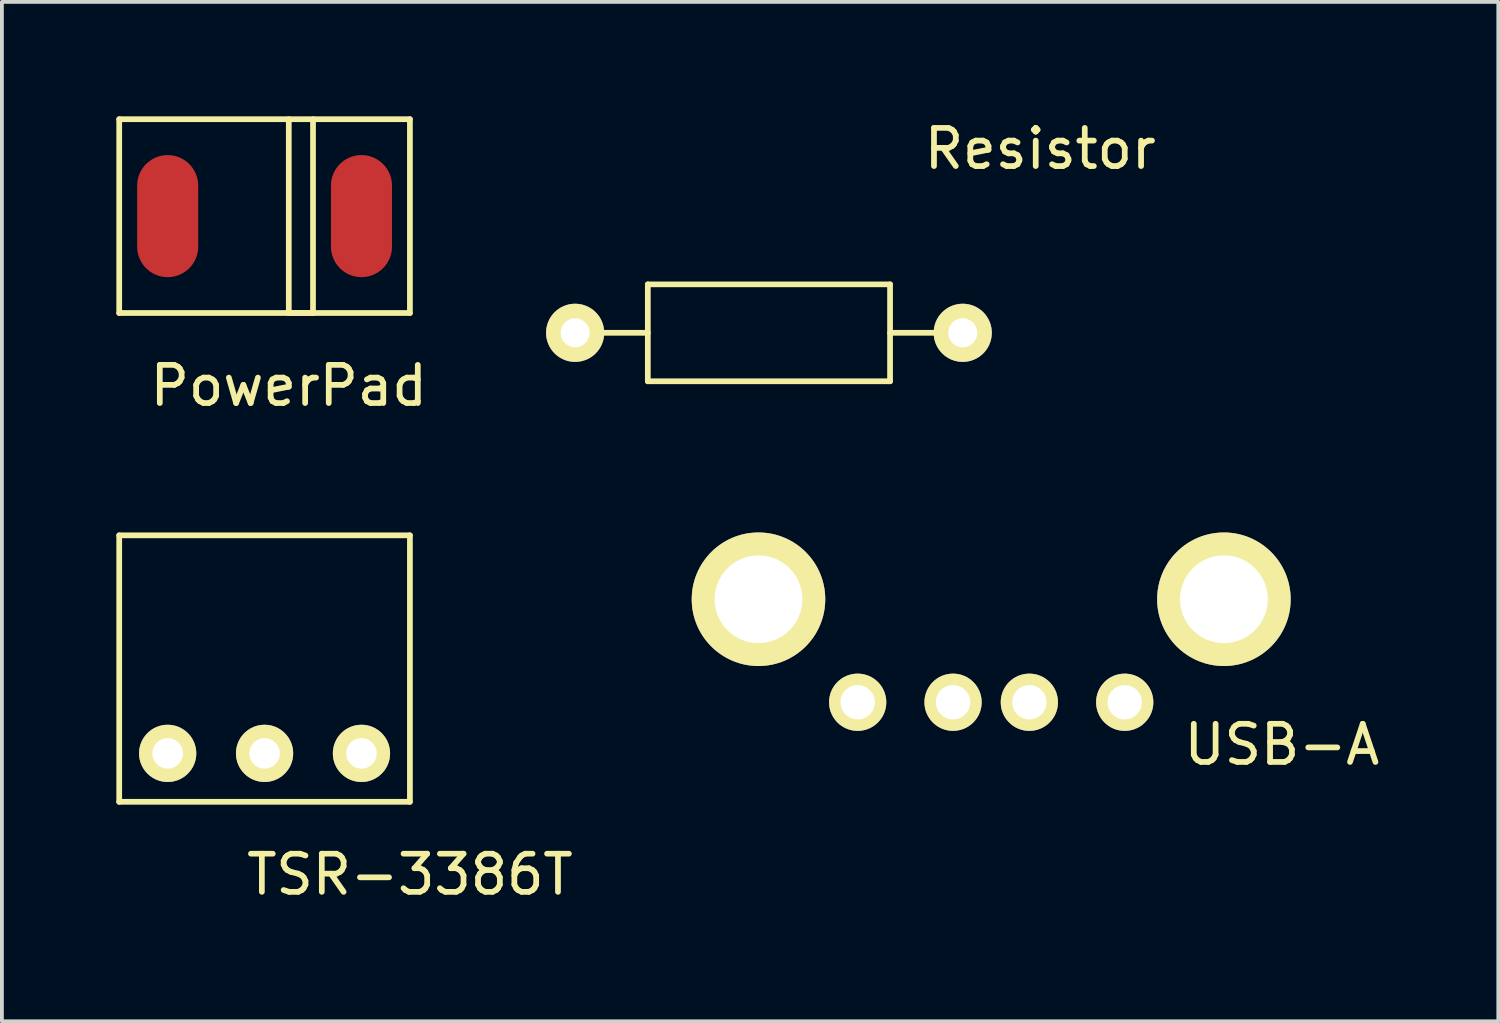
<source format=kicad_pcb>
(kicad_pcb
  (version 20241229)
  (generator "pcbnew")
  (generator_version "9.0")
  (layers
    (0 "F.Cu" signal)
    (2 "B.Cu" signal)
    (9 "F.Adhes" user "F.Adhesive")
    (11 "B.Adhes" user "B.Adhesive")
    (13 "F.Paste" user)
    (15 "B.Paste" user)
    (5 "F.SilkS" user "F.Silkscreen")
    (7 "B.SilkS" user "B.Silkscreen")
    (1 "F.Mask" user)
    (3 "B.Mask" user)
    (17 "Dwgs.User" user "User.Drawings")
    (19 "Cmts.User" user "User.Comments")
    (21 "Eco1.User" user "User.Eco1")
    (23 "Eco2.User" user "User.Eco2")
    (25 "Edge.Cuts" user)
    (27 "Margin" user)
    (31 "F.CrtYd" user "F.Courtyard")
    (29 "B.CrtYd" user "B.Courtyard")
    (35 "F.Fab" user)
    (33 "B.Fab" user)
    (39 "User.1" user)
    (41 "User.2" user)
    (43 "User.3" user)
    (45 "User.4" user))
  (footprint "PowerPad"
    (layer "F.Cu")
    (at 1.345 2.615)
    (property "Reference" "PowerPad" (at 3.175 4.445 0) (layer "F.SilkS") (effects (font (size 1 1) (thickness 0.15))))
    (attr through_hole)
    (fp_line (start -1.27 -2.54) (end -1.27 2.54) (stroke (width 0.15) (type solid)) (layer "F.SilkS"))
    (fp_line (start -1.27 2.54) (end 6.35 2.54) (stroke (width 0.15) (type solid)) (layer "F.SilkS"))
    (fp_line (start 3.175 2.54) (end 3.175 -2.54) (stroke (width 0.15) (type solid)) (layer "F.SilkS"))
    (fp_line (start 3.81 -2.54) (end 3.81 2.54) (stroke (width 0.15) (type solid)) (layer "F.SilkS"))
    (fp_line (start 3.81 2.54) (end 3.175 2.54) (stroke (width 0.15) (type solid)) (layer "F.SilkS"))
    (fp_line (start 6.35 -2.54) (end -1.27 -2.54) (stroke (width 0.15) (type solid)) (layer "F.SilkS"))
    (fp_line (start 6.35 2.54) (end 6.35 -2.54) (stroke (width 0.15) (type solid)) (layer "F.SilkS"))
    (pad "1" connect oval (at 0 0) (size 1.6 3.2) (layers "F.Cu" "F.Mask"))
    (pad "2" connect oval (at 5.08 0) (size 1.6 3.2) (layers "F.Cu" "F.Mask")))
  (footprint "USB-A"
    (layer "F.Cu")
    (at 22.932 12.658)
    (property "Reference" "USB-A" (at 7.62 3.81 0) (layer "F.SilkS") (effects (font (size 1 1) (thickness 0.15))))
    (attr through_hole)
    (pad "1" thru_hole circle (at -6.1 0) (size 3.5 3.5) (drill 2.3) (layers "*.Cu" "*.Mask" "F.SilkS"))
    (pad "2" thru_hole circle (at 6.1 0) (size 3.5 3.5) (drill 2.3) (layers "*.Cu" "*.Mask" "F.SilkS"))
    (pad "3" thru_hole circle (at -1 2.7) (size 1.5 1.5) (drill 0.9) (layers "*.Cu" "*.Mask" "F.SilkS"))
    (pad "4" thru_hole circle (at 1 2.7) (size 1.5 1.5) (drill 0.9) (layers "*.Cu" "*.Mask" "F.SilkS"))
    (pad "5" thru_hole circle (at 3.5 2.7) (size 1.5 1.5) (drill 0.9) (layers "*.Cu" "*.Mask" "F.SilkS"))
    (pad "6" thru_hole circle (at -3.5 2.7) (size 1.5 1.5) (drill 0.9) (layers "*.Cu" "*.Mask" "F.SilkS")))
  (footprint "Resistor"
    (layer "F.Cu")
    (at 17.106 5.674)
    (property "Reference" "Resistor" (at 7.112 -4.826 0) (layer "F.SilkS") (effects (font (size 1 1) (thickness 0.15))))
    (attr through_hole)
    (fp_line (start -3.175 -1.27) (end -3.175 1.27) (stroke (width 0.15) (type solid)) (layer "F.SilkS"))
    (fp_line (start -3.175 0) (end -4.445 0) (stroke (width 0.15) (type solid)) (layer "F.SilkS"))
    (fp_line (start -3.175 1.27) (end 3.175 1.27) (stroke (width 0.15) (type solid)) (layer "F.SilkS"))
    (fp_line (start 3.175 -1.27) (end -3.175 -1.27) (stroke (width 0.15) (type solid)) (layer "F.SilkS"))
    (fp_line (start 3.175 0) (end 4.445 0) (stroke (width 0.15) (type solid)) (layer "F.SilkS"))
    (fp_line (start 3.175 1.27) (end 3.175 -1.27) (stroke (width 0.15) (type solid)) (layer "F.SilkS"))
    (pad "1" thru_hole circle (at -5.08 0) (size 1.524 1.524) (drill 0.762) (layers "*.Cu" "*.Mask" "F.SilkS"))
    (pad "2" thru_hole circle (at 5.08 0) (size 1.524 1.524) (drill 0.762) (layers "*.Cu" "*.Mask" "F.SilkS")))
  (footprint "TSR-3386T"
    (layer "F.Cu")
    (at 1.345 16.698)
    (property "Reference" "TSR-3386T" (at 6.35 3.175 0) (layer "F.SilkS") (effects (font (size 1 1) (thickness 0.15))))
    (attr through_hole)
    (fp_line (start -1.27 -5.715) (end -1.27 1.27) (stroke (width 0.15) (type solid)) (layer "F.SilkS"))
    (fp_line (start -1.27 1.27) (end 6.35 1.27) (stroke (width 0.15) (type solid)) (layer "F.SilkS"))
    (fp_line (start 6.35 -5.715) (end -1.27 -5.715) (stroke (width 0.15) (type solid)) (layer "F.SilkS"))
    (fp_line (start 6.35 1.27) (end 6.35 -5.715) (stroke (width 0.15) (type solid)) (layer "F.SilkS"))
    (pad "1" thru_hole circle (at 0 0) (size 1.5 1.5) (drill 0.8) (layers "*.Cu" "*.Mask" "F.SilkS"))
    (pad "2" thru_hole circle (at 2.54 0) (size 1.5 1.5) (drill 0.8) (layers "*.Cu" "*.Mask" "F.SilkS"))
    (pad "3" thru_hole circle (at 5.08 0) (size 1.5 1.5) (drill 0.8) (layers "*.Cu" "*.Mask" "F.SilkS")))
  (gr_rect
    (start -3 -3)
    (end 36.225 23.721)
    (stroke (width 0.1) (type default))
    (fill no)
    (layer "Edge.Cuts")))
</source>
